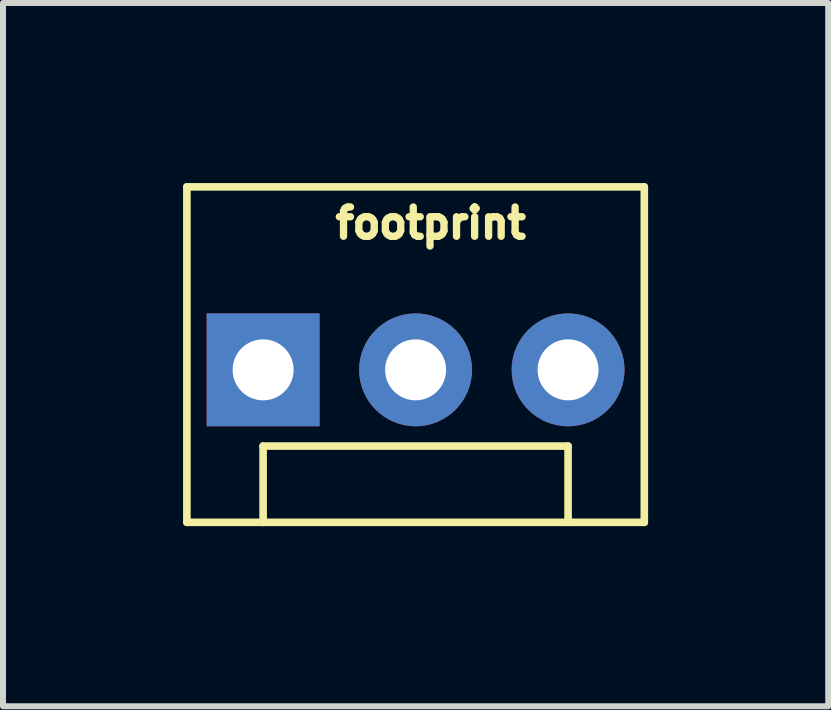
<source format=kicad_pcb>
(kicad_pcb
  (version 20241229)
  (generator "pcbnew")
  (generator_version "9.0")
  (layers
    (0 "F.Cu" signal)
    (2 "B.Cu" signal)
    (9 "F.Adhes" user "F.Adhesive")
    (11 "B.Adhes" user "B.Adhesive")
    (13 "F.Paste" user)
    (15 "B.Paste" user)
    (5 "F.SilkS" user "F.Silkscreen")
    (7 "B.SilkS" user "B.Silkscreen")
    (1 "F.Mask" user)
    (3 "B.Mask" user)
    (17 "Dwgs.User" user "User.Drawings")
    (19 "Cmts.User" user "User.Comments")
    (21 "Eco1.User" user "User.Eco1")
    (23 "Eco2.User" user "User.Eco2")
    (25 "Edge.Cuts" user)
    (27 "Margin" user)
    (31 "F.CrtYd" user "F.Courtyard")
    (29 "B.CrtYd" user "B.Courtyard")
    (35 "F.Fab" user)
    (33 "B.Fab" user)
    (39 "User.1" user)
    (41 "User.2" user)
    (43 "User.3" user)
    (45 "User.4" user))
  (footprint "footprint"
    (layer "F.Cu")
    (at 1.333 3.111)
    (property "Reference" "footprint" (at 1.143 -2.159 0) (layer "F.SilkS") (effects (font (size 0.488 0.488) (thickness 0.122)) (justify left bottom)))
    (fp_line (start -1.27 -3.048) (end -1.27 2.54) (stroke (width 0.127) (type solid)) (layer "F.SilkS"))
    (fp_line (start 0 1.27) (end 5.08 1.27) (stroke (width 0.127) (type solid)) (layer "F.SilkS"))
    (fp_line (start 0 2.54) (end -1.27 2.54) (stroke (width 0.127) (type solid)) (layer "F.SilkS"))
    (fp_line (start 0 2.54) (end 0 1.27) (stroke (width 0.127) (type solid)) (layer "F.SilkS"))
    (fp_line (start 5.08 1.27) (end 5.08 2.54) (stroke (width 0.127) (type solid)) (layer "F.SilkS"))
    (fp_line (start 5.08 2.54) (end 0 2.54) (stroke (width 0.127) (type solid)) (layer "F.SilkS"))
    (fp_line (start 6.35 -3.048) (end -1.27 -3.048) (stroke (width 0.127) (type solid)) (layer "F.SilkS"))
    (fp_line (start 6.35 -3.048) (end 6.35 2.54) (stroke (width 0.127) (type solid)) (layer "F.SilkS"))
    (fp_line (start 6.35 2.54) (end 5.08 2.54) (stroke (width 0.127) (type solid)) (layer "F.SilkS"))
    (pad "1" thru_hole rect (at 0 0) (size 1.88 1.88) (drill 1.016) (layers "*.Cu" "*.Mask"))
    (pad "2" thru_hole circle (at 2.54 0) (size 1.88 1.88) (drill 1.016) (layers "*.Cu" "*.Mask"))
    (pad "3" thru_hole circle (at 5.08 0) (size 1.88 1.88) (drill 1.016) (layers "*.Cu" "*.Mask")))
  (gr_rect
    (start -3 -3)
    (end 10.747 8.715)
    (stroke (width 0.1) (type default))
    (fill no)
    (layer "Edge.Cuts")))
</source>
